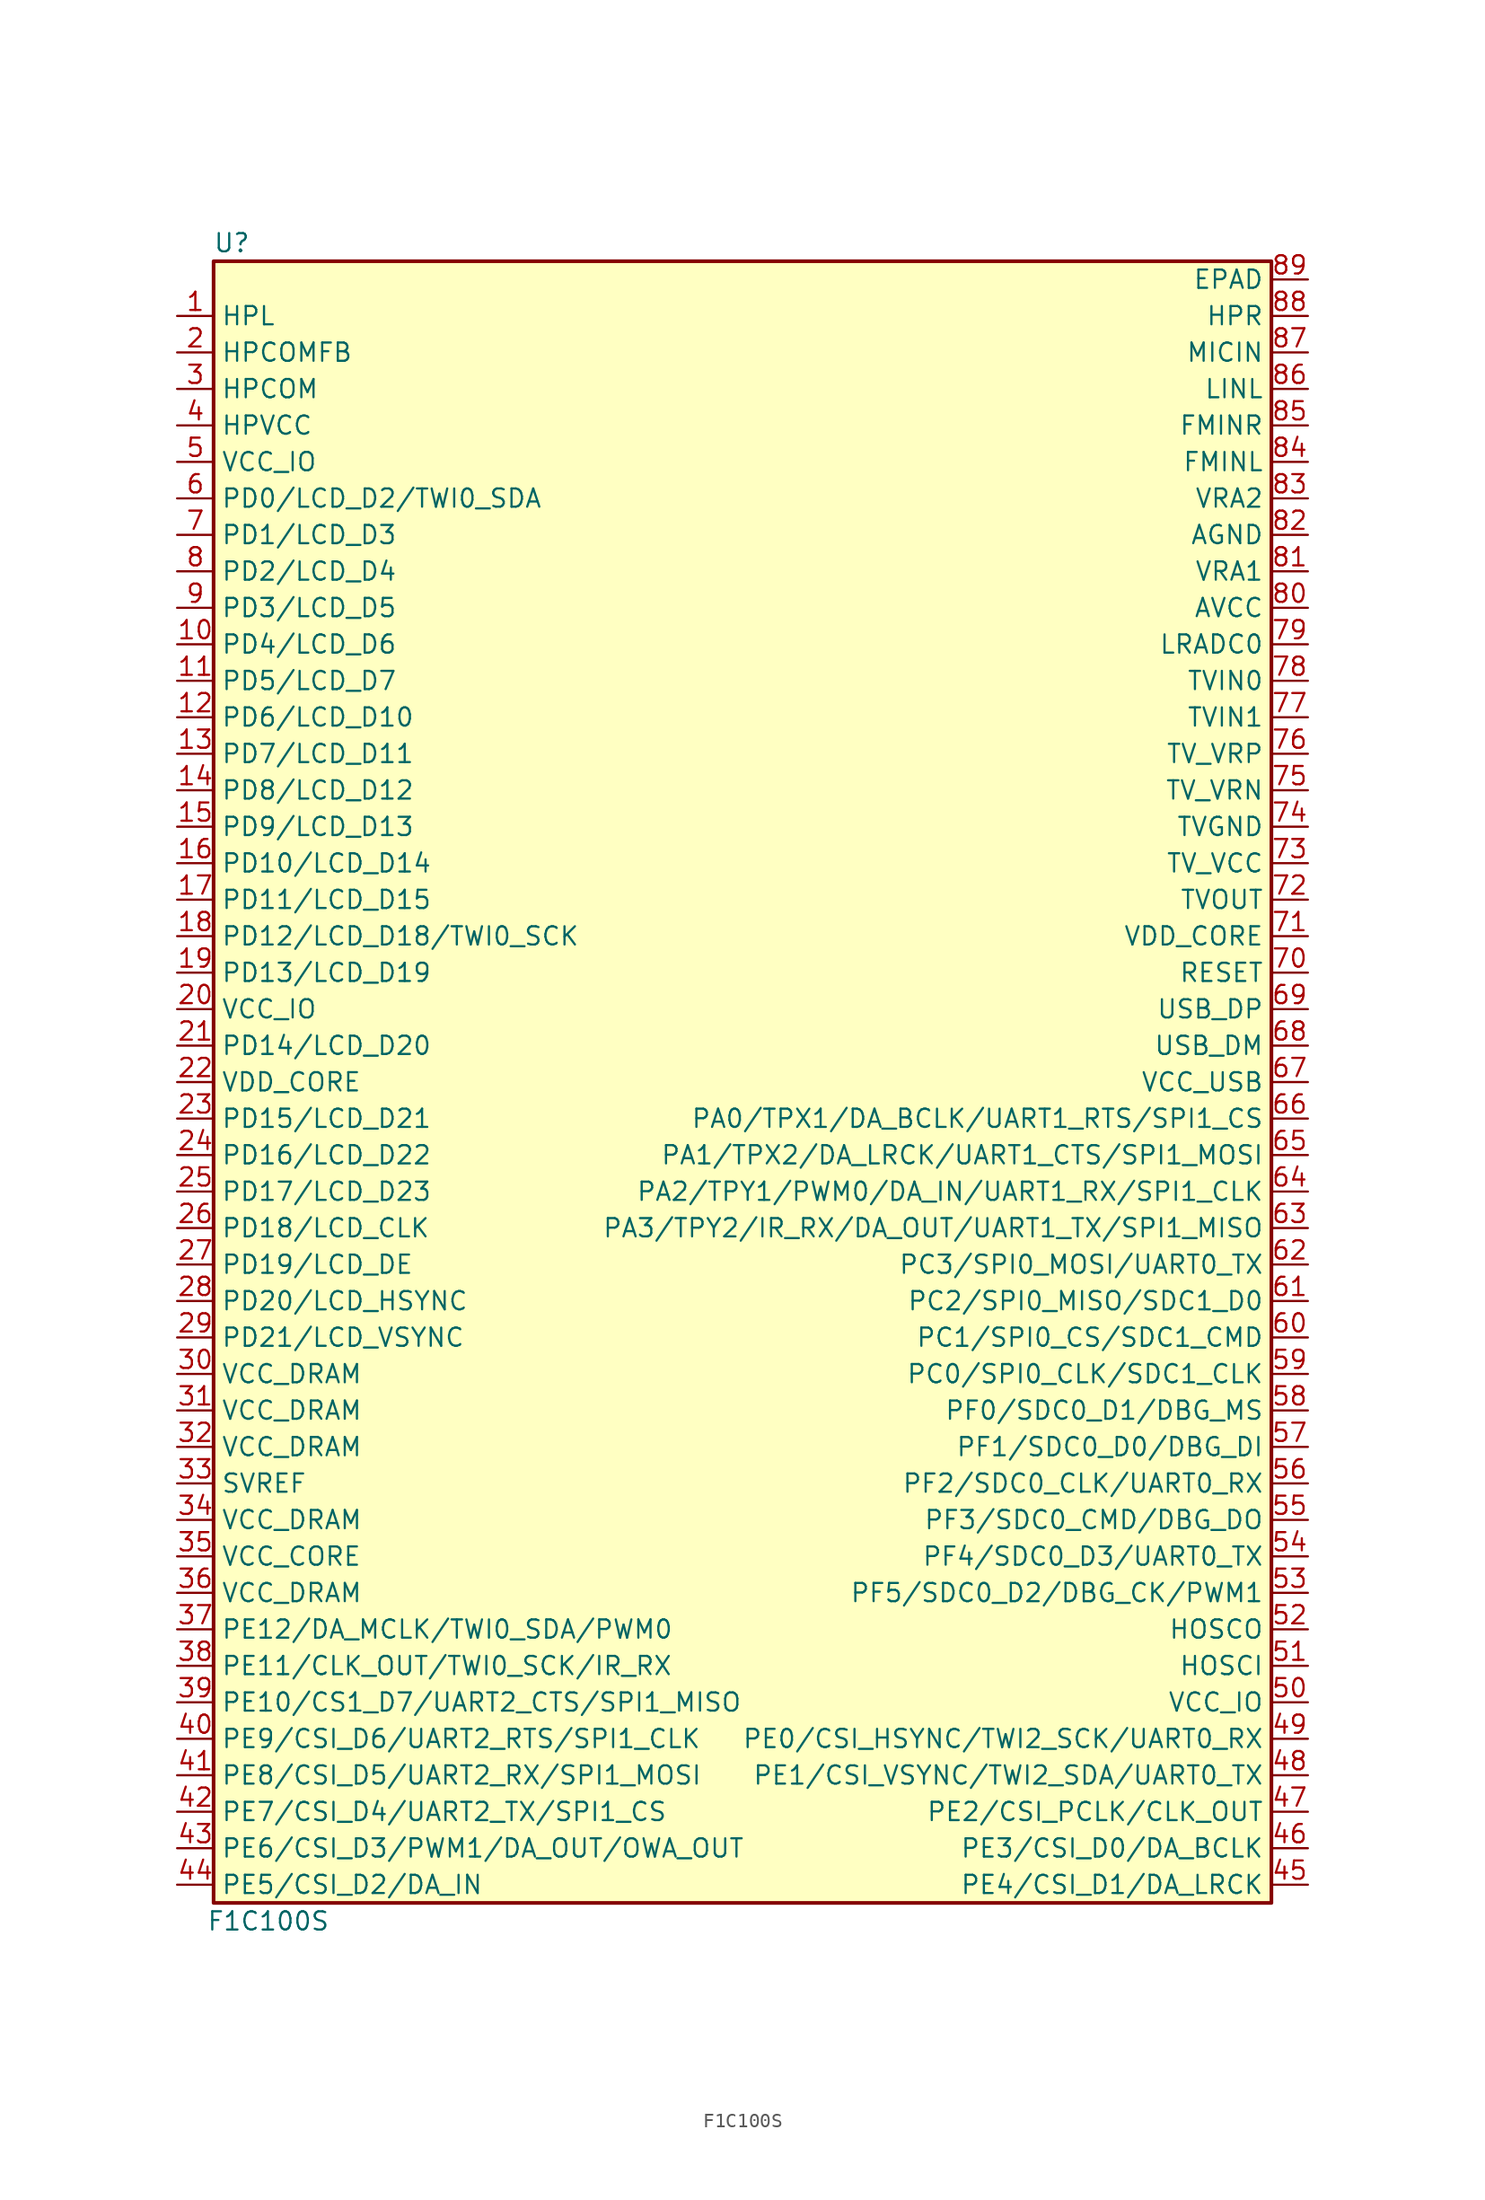
<source format=kicad_sym>
(kicad_symbol_lib
  (version 20220914)
  (generator kicad_symbol_editor)
  (symbol "F1C100S"
    (property "Reference" "U"
      (at -35.56 58.42 0)
      (effects (font (size 1.27 1.27))))
    (property "Value" "F1C100S"
      (at -33.02 -58.42 0)
      (effects (font (size 1.27 1.27))))
    (symbol "F1C100S_0_1"
      (rectangle (start -36.83 57.15) (end 36.83 -57.15) (stroke (width 0.254) (type default)) (fill (type background))))
    (symbol "F1C100S_1_0"
      (pin output line (at -39.37 53.34 0) (length 2.54) (name "HPL" (effects (font (size 1.27 1.27)))) (number "1" (effects (font (size 1.27 1.27)))))
      (pin bidirectional line (at -39.37 30.48 0) (length 2.54) (name "PD4/LCD_D6" (effects (font (size 1.27 1.27)))) (number "10" (effects (font (size 1.27 1.27)))))
      (pin bidirectional line (at -39.37 27.94 0) (length 2.54) (name "PD5/LCD_D7" (effects (font (size 1.27 1.27)))) (number "11" (effects (font (size 1.27 1.27)))))
      (pin bidirectional line (at -39.37 25.4 0) (length 2.54) (name "PD6/LCD_D10" (effects (font (size 1.27 1.27)))) (number "12" (effects (font (size 1.27 1.27)))))
      (pin bidirectional line (at -39.37 22.86 0) (length 2.54) (name "PD7/LCD_D11" (effects (font (size 1.27 1.27)))) (number "13" (effects (font (size 1.27 1.27)))))
      (pin bidirectional line (at -39.37 20.32 0) (length 2.54) (name "PD8/LCD_D12" (effects (font (size 1.27 1.27)))) (number "14" (effects (font (size 1.27 1.27)))))
      (pin bidirectional line (at -39.37 17.78 0) (length 2.54) (name "PD9/LCD_D13" (effects (font (size 1.27 1.27)))) (number "15" (effects (font (size 1.27 1.27)))))
      (pin bidirectional line (at -39.37 15.24 0) (length 2.54) (name "PD10/LCD_D14" (effects (font (size 1.27 1.27)))) (number "16" (effects (font (size 1.27 1.27)))))
      (pin bidirectional line (at -39.37 12.7 0) (length 2.54) (name "PD11/LCD_D15" (effects (font (size 1.27 1.27)))) (number "17" (effects (font (size 1.27 1.27)))))
      (pin bidirectional line (at -39.37 10.16 0) (length 2.54) (name "PD12/LCD_D18/TWI0_SCK" (effects (font (size 1.27 1.27)))) (number "18" (effects (font (size 1.27 1.27)))))
      (pin bidirectional line (at -39.37 7.62 0) (length 2.54) (name "PD13/LCD_D19" (effects (font (size 1.27 1.27)))) (number "19" (effects (font (size 1.27 1.27)))))
      (pin input line (at -39.37 50.8 0) (length 2.54) (name "HPCOMFB" (effects (font (size 1.27 1.27)))) (number "2" (effects (font (size 1.27 1.27)))))
      (pin passive line (at -39.37 5.08 0) (length 2.54) (name "VCC_IO" (effects (font (size 1.27 1.27)))) (number "20" (effects (font (size 1.27 1.27)))))
      (pin bidirectional line (at -39.37 2.54 0) (length 2.54) (name "PD14/LCD_D20" (effects (font (size 1.27 1.27)))) (number "21" (effects (font (size 1.27 1.27)))))
      (pin passive line (at -39.37 0 0) (length 2.54) (name "VDD_CORE" (effects (font (size 1.27 1.27)))) (number "22" (effects (font (size 1.27 1.27)))))
      (pin bidirectional line (at -39.37 -2.54 0) (length 2.54) (name "PD15/LCD_D21" (effects (font (size 1.27 1.27)))) (number "23" (effects (font (size 1.27 1.27)))))
      (pin bidirectional line (at -39.37 -5.08 0) (length 2.54) (name "PD16/LCD_D22" (effects (font (size 1.27 1.27)))) (number "24" (effects (font (size 1.27 1.27)))))
      (pin bidirectional line (at -39.37 -7.62 0) (length 2.54) (name "PD17/LCD_D23" (effects (font (size 1.27 1.27)))) (number "25" (effects (font (size 1.27 1.27)))))
      (pin bidirectional line (at -39.37 -10.16 0) (length 2.54) (name "PD18/LCD_CLK" (effects (font (size 1.27 1.27)))) (number "26" (effects (font (size 1.27 1.27)))))
      (pin bidirectional line (at -39.37 -12.7 0) (length 2.54) (name "PD19/LCD_DE" (effects (font (size 1.27 1.27)))) (number "27" (effects (font (size 1.27 1.27)))))
      (pin bidirectional line (at -39.37 -15.24 0) (length 2.54) (name "PD20/LCD_HSYNC" (effects (font (size 1.27 1.27)))) (number "28" (effects (font (size 1.27 1.27)))))
      (pin bidirectional line (at -39.37 -17.78 0) (length 2.54) (name "PD21/LCD_VSYNC" (effects (font (size 1.27 1.27)))) (number "29" (effects (font (size 1.27 1.27)))))
      (pin output line (at -39.37 48.26 0) (length 2.54) (name "HPCOM" (effects (font (size 1.27 1.27)))) (number "3" (effects (font (size 1.27 1.27)))))
      (pin passive line (at -39.37 -20.32 0) (length 2.54) (name "VCC_DRAM" (effects (font (size 1.27 1.27)))) (number "30" (effects (font (size 1.27 1.27)))))
      (pin passive line (at -39.37 -22.86 0) (length 2.54) (name "VCC_DRAM" (effects (font (size 1.27 1.27)))) (number "31" (effects (font (size 1.27 1.27)))))
      (pin passive line (at -39.37 -25.4 0) (length 2.54) (name "VCC_DRAM" (effects (font (size 1.27 1.27)))) (number "32" (effects (font (size 1.27 1.27)))))
      (pin passive line (at -39.37 -27.94 0) (length 2.54) (name "SVREF" (effects (font (size 1.27 1.27)))) (number "33" (effects (font (size 1.27 1.27)))))
      (pin passive line (at -39.37 -30.48 0) (length 2.54) (name "VCC_DRAM" (effects (font (size 1.27 1.27)))) (number "34" (effects (font (size 1.27 1.27)))))
      (pin passive line (at -39.37 -33.02 0) (length 2.54) (name "VCC_CORE" (effects (font (size 1.27 1.27)))) (number "35" (effects (font (size 1.27 1.27)))))
      (pin passive line (at -39.37 -35.56 0) (length 2.54) (name "VCC_DRAM" (effects (font (size 1.27 1.27)))) (number "36" (effects (font (size 1.27 1.27)))))
      (pin bidirectional line (at -39.37 -38.1 0) (length 2.54) (name "PE12/DA_MCLK/TWI0_SDA/PWM0" (effects (font (size 1.27 1.27)))) (number "37" (effects (font (size 1.27 1.27)))))
      (pin bidirectional line (at -39.37 -40.64 0) (length 2.54) (name "PE11/CLK_OUT/TWI0_SCK/IR_RX" (effects (font (size 1.27 1.27)))) (number "38" (effects (font (size 1.27 1.27)))))
      (pin bidirectional line (at -39.37 -43.18 0) (length 2.54) (name "PE10/CS1_D7/UART2_CTS/SPI1_MISO" (effects (font (size 1.27 1.27)))) (number "39" (effects (font (size 1.27 1.27)))))
      (pin passive line (at -39.37 45.72 0) (length 2.54) (name "HPVCC" (effects (font (size 1.27 1.27)))) (number "4" (effects (font (size 1.27 1.27)))))
      (pin bidirectional line (at -39.37 -45.72 0) (length 2.54) (name "PE9/CSI_D6/UART2_RTS/SPI1_CLK" (effects (font (size 1.27 1.27)))) (number "40" (effects (font (size 1.27 1.27)))))
      (pin bidirectional line (at -39.37 -48.26 0) (length 2.54) (name "PE8/CSI_D5/UART2_RX/SPI1_MOSI" (effects (font (size 1.27 1.27)))) (number "41" (effects (font (size 1.27 1.27)))))
      (pin bidirectional line (at -39.37 -50.8 0) (length 2.54) (name "PE7/CSI_D4/UART2_TX/SPI1_CS" (effects (font (size 1.27 1.27)))) (number "42" (effects (font (size 1.27 1.27)))))
      (pin bidirectional line (at -39.37 -53.34 0) (length 2.54) (name "PE6/CSI_D3/PWM1/DA_OUT/OWA_OUT" (effects (font (size 1.27 1.27)))) (number "43" (effects (font (size 1.27 1.27)))))
      (pin bidirectional line (at -39.37 -55.88 0) (length 2.54) (name "PE5/CSI_D2/DA_IN" (effects (font (size 1.27 1.27)))) (number "44" (effects (font (size 1.27 1.27)))))
      (pin bidirectional line (at 39.37 -55.88 180) (length 2.54) (name "PE4/CSI_D1/DA_LRCK" (effects (font (size 1.27 1.27)))) (number "45" (effects (font (size 1.27 1.27)))))
      (pin bidirectional line (at 39.37 -53.34 180) (length 2.54) (name "PE3/CSI_D0/DA_BCLK" (effects (font (size 1.27 1.27)))) (number "46" (effects (font (size 1.27 1.27)))))
      (pin bidirectional line (at 39.37 -50.8 180) (length 2.54) (name "PE2/CSI_PCLK/CLK_OUT" (effects (font (size 1.27 1.27)))) (number "47" (effects (font (size 1.27 1.27)))))
      (pin bidirectional line (at 39.37 -48.26 180) (length 2.54) (name "PE1/CSI_VSYNC/TWI2_SDA/UART0_TX" (effects (font (size 1.27 1.27)))) (number "48" (effects (font (size 1.27 1.27)))))
      (pin bidirectional line (at 39.37 -45.72 180) (length 2.54) (name "PE0/CSI_HSYNC/TWI2_SCK/UART0_RX" (effects (font (size 1.27 1.27)))) (number "49" (effects (font (size 1.27 1.27)))))
      (pin passive line (at -39.37 43.18 0) (length 2.54) (name "VCC_IO" (effects (font (size 1.27 1.27)))) (number "5" (effects (font (size 1.27 1.27)))))
      (pin passive line (at 39.37 -43.18 180) (length 2.54) (name "VCC_IO" (effects (font (size 1.27 1.27)))) (number "50" (effects (font (size 1.27 1.27)))))
      (pin passive line (at 39.37 -40.64 180) (length 2.54) (name "HOSCI" (effects (font (size 1.27 1.27)))) (number "51" (effects (font (size 1.27 1.27)))))
      (pin passive line (at 39.37 -38.1 180) (length 2.54) (name "HOSCO" (effects (font (size 1.27 1.27)))) (number "52" (effects (font (size 1.27 1.27)))))
      (pin bidirectional line (at 39.37 -35.56 180) (length 2.54) (name "PF5/SDC0_D2/DBG_CK/PWM1" (effects (font (size 1.27 1.27)))) (number "53" (effects (font (size 1.27 1.27)))))
      (pin bidirectional line (at 39.37 -33.02 180) (length 2.54) (name "PF4/SDC0_D3/UART0_TX" (effects (font (size 1.27 1.27)))) (number "54" (effects (font (size 1.27 1.27)))))
      (pin bidirectional line (at 39.37 -30.48 180) (length 2.54) (name "PF3/SDC0_CMD/DBG_DO" (effects (font (size 1.27 1.27)))) (number "55" (effects (font (size 1.27 1.27)))))
      (pin bidirectional line (at 39.37 -27.94 180) (length 2.54) (name "PF2/SDC0_CLK/UART0_RX" (effects (font (size 1.27 1.27)))) (number "56" (effects (font (size 1.27 1.27)))))
      (pin bidirectional line (at 39.37 -25.4 180) (length 2.54) (name "PF1/SDC0_D0/DBG_DI" (effects (font (size 1.27 1.27)))) (number "57" (effects (font (size 1.27 1.27)))))
      (pin bidirectional line (at 39.37 -22.86 180) (length 2.54) (name "PF0/SDC0_D1/DBG_MS" (effects (font (size 1.27 1.27)))) (number "58" (effects (font (size 1.27 1.27)))))
      (pin bidirectional line (at 39.37 -20.32 180) (length 2.54) (name "PC0/SPI0_CLK/SDC1_CLK" (effects (font (size 1.27 1.27)))) (number "59" (effects (font (size 1.27 1.27)))))
      (pin bidirectional line (at -39.37 40.64 0) (length 2.54) (name "PD0/LCD_D2/TWI0_SDA" (effects (font (size 1.27 1.27)))) (number "6" (effects (font (size 1.27 1.27)))))
      (pin bidirectional line (at 39.37 -17.78 180) (length 2.54) (name "PC1/SPI0_CS/SDC1_CMD" (effects (font (size 1.27 1.27)))) (number "60" (effects (font (size 1.27 1.27)))))
      (pin bidirectional line (at 39.37 -15.24 180) (length 2.54) (name "PC2/SPI0_MISO/SDC1_D0" (effects (font (size 1.27 1.27)))) (number "61" (effects (font (size 1.27 1.27)))))
      (pin bidirectional line (at 39.37 -12.7 180) (length 2.54) (name "PC3/SPI0_MOSI/UART0_TX" (effects (font (size 1.27 1.27)))) (number "62" (effects (font (size 1.27 1.27)))))
      (pin bidirectional line (at 39.37 -10.16 180) (length 2.54) (name "PA3/TPY2/IR_RX/DA_OUT/UART1_TX/SPI1_MISO" (effects (font (size 1.27 1.27)))) (number "63" (effects (font (size 1.27 1.27)))))
      (pin bidirectional line (at 39.37 -7.62 180) (length 2.54) (name "PA2/TPY1/PWM0/DA_IN/UART1_RX/SPI1_CLK" (effects (font (size 1.27 1.27)))) (number "64" (effects (font (size 1.27 1.27)))))
      (pin bidirectional line (at 39.37 -5.08 180) (length 2.54) (name "PA1/TPX2/DA_LRCK/UART1_CTS/SPI1_MOSI" (effects (font (size 1.27 1.27)))) (number "65" (effects (font (size 1.27 1.27)))))
      (pin bidirectional line (at 39.37 -2.54 180) (length 2.54) (name "PA0/TPX1/DA_BCLK/UART1_RTS/SPI1_CS" (effects (font (size 1.27 1.27)))) (number "66" (effects (font (size 1.27 1.27)))))
      (pin passive line (at 39.37 0 180) (length 2.54) (name "VCC_USB" (effects (font (size 1.27 1.27)))) (number "67" (effects (font (size 1.27 1.27)))))
      (pin bidirectional line (at 39.37 2.54 180) (length 2.54) (name "USB_DM" (effects (font (size 1.27 1.27)))) (number "68" (effects (font (size 1.27 1.27)))))
      (pin bidirectional line (at 39.37 5.08 180) (length 2.54) (name "USB_DP" (effects (font (size 1.27 1.27)))) (number "69" (effects (font (size 1.27 1.27)))))
      (pin bidirectional line (at -39.37 38.1 0) (length 2.54) (name "PD1/LCD_D3" (effects (font (size 1.27 1.27)))) (number "7" (effects (font (size 1.27 1.27)))))
      (pin input line (at 39.37 7.62 180) (length 2.54) (name "RESET" (effects (font (size 1.27 1.27)))) (number "70" (effects (font (size 1.27 1.27)))))
      (pin passive line (at 39.37 10.16 180) (length 2.54) (name "VDD_CORE" (effects (font (size 1.27 1.27)))) (number "71" (effects (font (size 1.27 1.27)))))
      (pin output line (at 39.37 12.7 180) (length 2.54) (name "TVOUT" (effects (font (size 1.27 1.27)))) (number "72" (effects (font (size 1.27 1.27)))))
      (pin passive line (at 39.37 15.24 180) (length 2.54) (name "TV_VCC" (effects (font (size 1.27 1.27)))) (number "73" (effects (font (size 1.27 1.27)))))
      (pin passive line (at 39.37 17.78 180) (length 2.54) (name "TVGND" (effects (font (size 1.27 1.27)))) (number "74" (effects (font (size 1.27 1.27)))))
      (pin passive line (at 39.37 20.32 180) (length 2.54) (name "TV_VRN" (effects (font (size 1.27 1.27)))) (number "75" (effects (font (size 1.27 1.27)))))
      (pin passive line (at 39.37 22.86 180) (length 2.54) (name "TV_VRP" (effects (font (size 1.27 1.27)))) (number "76" (effects (font (size 1.27 1.27)))))
      (pin input line (at 39.37 25.4 180) (length 2.54) (name "TVIN1" (effects (font (size 1.27 1.27)))) (number "77" (effects (font (size 1.27 1.27)))))
      (pin input line (at 39.37 27.94 180) (length 2.54) (name "TVIN0" (effects (font (size 1.27 1.27)))) (number "78" (effects (font (size 1.27 1.27)))))
      (pin input line (at 39.37 30.48 180) (length 2.54) (name "LRADC0" (effects (font (size 1.27 1.27)))) (number "79" (effects (font (size 1.27 1.27)))))
      (pin bidirectional line (at -39.37 35.56 0) (length 2.54) (name "PD2/LCD_D4" (effects (font (size 1.27 1.27)))) (number "8" (effects (font (size 1.27 1.27)))))
      (pin passive line (at 39.37 33.02 180) (length 2.54) (name "AVCC" (effects (font (size 1.27 1.27)))) (number "80" (effects (font (size 1.27 1.27)))))
      (pin passive line (at 39.37 35.56 180) (length 2.54) (name "VRA1" (effects (font (size 1.27 1.27)))) (number "81" (effects (font (size 1.27 1.27)))))
      (pin passive line (at 39.37 38.1 180) (length 2.54) (name "AGND" (effects (font (size 1.27 1.27)))) (number "82" (effects (font (size 1.27 1.27)))))
      (pin passive line (at 39.37 40.64 180) (length 2.54) (name "VRA2" (effects (font (size 1.27 1.27)))) (number "83" (effects (font (size 1.27 1.27)))))
      (pin passive line (at 39.37 43.18 180) (length 2.54) (name "FMINL" (effects (font (size 1.27 1.27)))) (number "84" (effects (font (size 1.27 1.27)))))
      (pin passive line (at 39.37 45.72 180) (length 2.54) (name "FMINR" (effects (font (size 1.27 1.27)))) (number "85" (effects (font (size 1.27 1.27)))))
      (pin input line (at 39.37 48.26 180) (length 2.54) (name "LINL" (effects (font (size 1.27 1.27)))) (number "86" (effects (font (size 1.27 1.27)))))
      (pin input line (at 39.37 50.8 180) (length 2.54) (name "MICIN" (effects (font (size 1.27 1.27)))) (number "87" (effects (font (size 1.27 1.27)))))
      (pin output line (at 39.37 53.34 180) (length 2.54) (name "HPR" (effects (font (size 1.27 1.27)))) (number "88" (effects (font (size 1.27 1.27)))))
      (pin passive line (at 39.37 55.88 180) (length 2.54) (name "EPAD" (effects (font (size 1.27 1.27)))) (number "89" (effects (font (size 1.27 1.27)))))
      (pin bidirectional line (at -39.37 33.02 0) (length 2.54) (name "PD3/LCD_D5" (effects (font (size 1.27 1.27)))) (number "9" (effects (font (size 1.27 1.27))))))))
</source>
